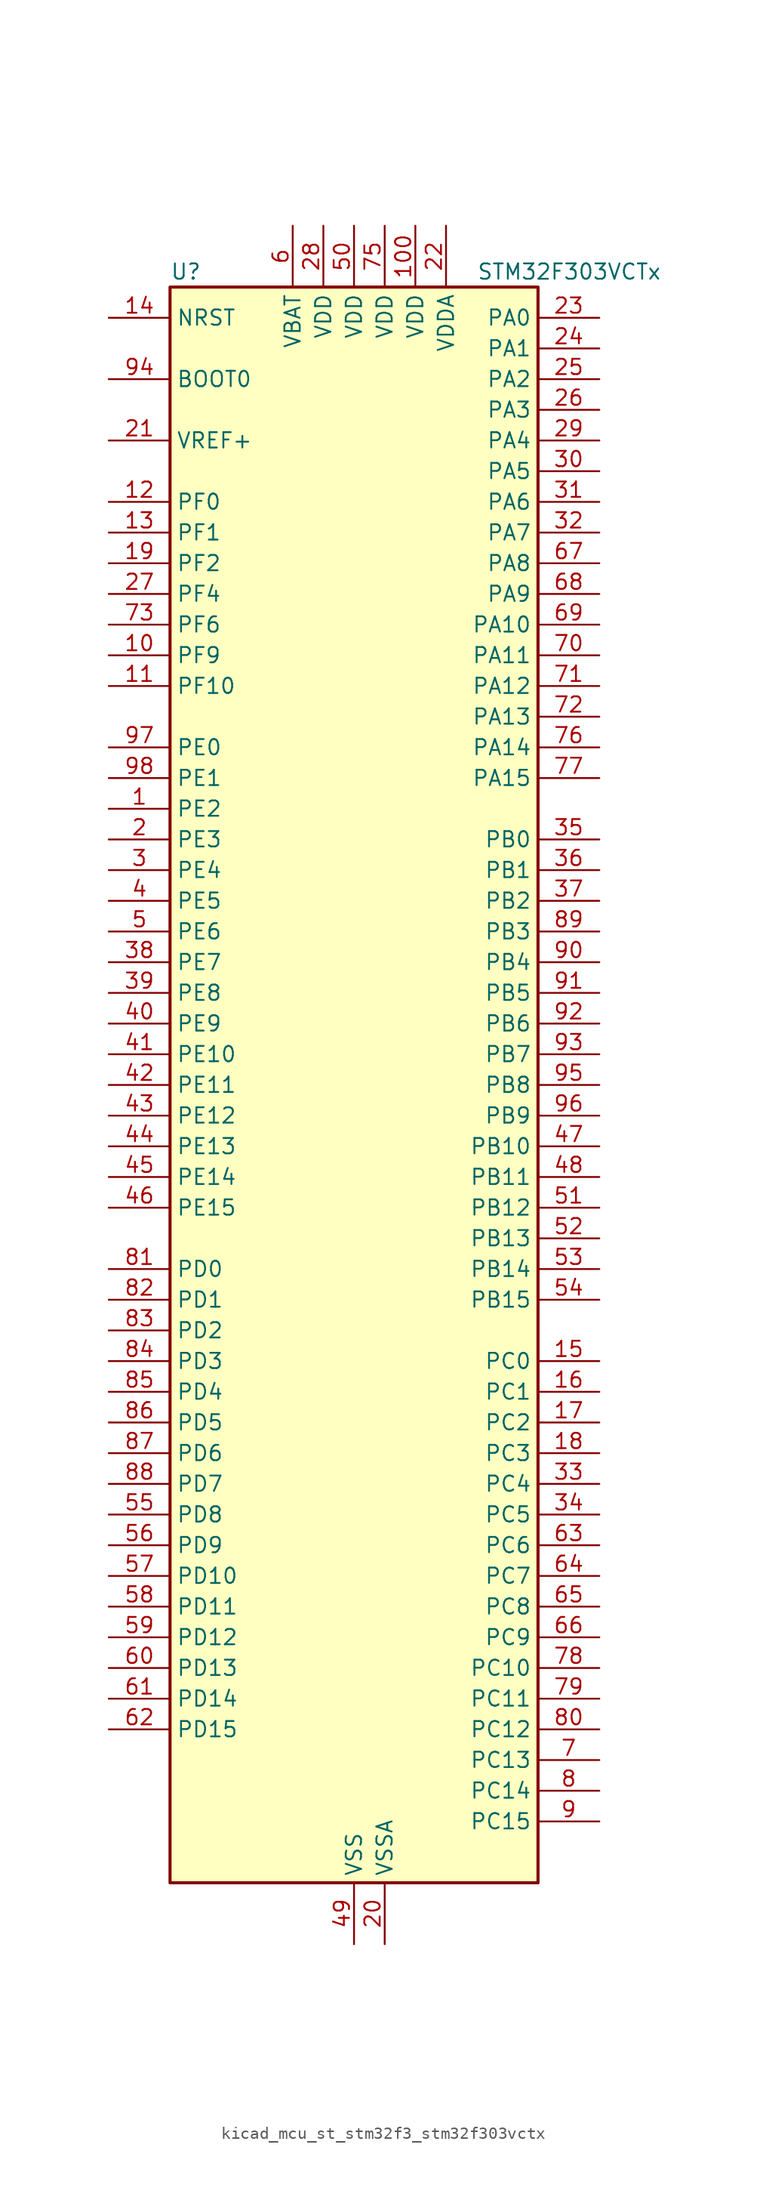
<source format=kicad_sym>
(kicad_symbol_lib
  (version 20220914)
  (generator kicad_symbol_editor)
  (symbol "kicad_mcu_st_stm32f3_stm32f303vctx"
    (property "Reference" "U"
      (at -15.24 67.31 0)
      (effects (font (size 1.27 1.27)) (justify left)))
    (property "Value" "STM32F303VCTx"
      (at 10.16 67.31 0)
      (effects (font (size 1.27 1.27)) (justify left)))
    (property "ki_locked" ""
      (at 0 0 0)
      (effects (font (size 1.27 1.27))))
    (symbol "kicad_mcu_st_stm32f3_stm32f303vctx_0_1"
      (rectangle (start -15.24 -66.04) (end 15.24 66.04) (stroke (width 0.254) (type default)) (fill (type background))))
    (symbol "kicad_mcu_st_stm32f3_stm32f303vctx_1_1"
      (pin bidirectional line (at -20.32 22.86 0) (length 5.08) (name "PE2" (effects (font (size 1.27 1.27)))) (number "1" (effects (font (size 1.27 1.27)))) (alternate "ADC3_EXTI2" bidirectional line) (alternate "ADC4_EXTI2" bidirectional line) (alternate "SYS_TRACECK" bidirectional line) (alternate "TIM3_CH1" bidirectional line) (alternate "TSC_G7_IO1" bidirectional line))
      (pin bidirectional line (at -20.32 35.56 0) (length 5.08) (name "PF9" (effects (font (size 1.27 1.27)))) (number "10" (effects (font (size 1.27 1.27)))) (alternate "DAC_EXTI9" bidirectional line) (alternate "SPI2_SCK" bidirectional line) (alternate "TIM15_CH1" bidirectional line))
      (pin power_in line (at 5.08 71.12 270) (length 5.08) (name "VDD" (effects (font (size 1.27 1.27)))) (number "100" (effects (font (size 1.27 1.27)))))
      (pin bidirectional line (at -20.32 33.02 0) (length 5.08) (name "PF10" (effects (font (size 1.27 1.27)))) (number "11" (effects (font (size 1.27 1.27)))) (alternate "SPI2_SCK" bidirectional line) (alternate "TIM15_CH2" bidirectional line))
      (pin bidirectional line (at -20.32 48.26 0) (length 5.08) (name "PF0" (effects (font (size 1.27 1.27)))) (number "12" (effects (font (size 1.27 1.27)))) (alternate "I2C2_SDA" bidirectional line) (alternate "RCC_OSC_IN" bidirectional line) (alternate "TIM1_CH3N" bidirectional line))
      (pin bidirectional line (at -20.32 45.72 0) (length 5.08) (name "PF1" (effects (font (size 1.27 1.27)))) (number "13" (effects (font (size 1.27 1.27)))) (alternate "I2C2_SCL" bidirectional line) (alternate "RCC_OSC_OUT" bidirectional line))
      (pin input line (at -20.32 63.5 0) (length 5.08) (name "NRST" (effects (font (size 1.27 1.27)))) (number "14" (effects (font (size 1.27 1.27)))))
      (pin bidirectional line (at 20.32 -22.86 180) (length 5.08) (name "PC0" (effects (font (size 1.27 1.27)))) (number "15" (effects (font (size 1.27 1.27)))) (alternate "ADC1_IN6" bidirectional line) (alternate "ADC2_IN6" bidirectional line) (alternate "COMP7_INM" bidirectional line))
      (pin bidirectional line (at 20.32 -25.4 180) (length 5.08) (name "PC1" (effects (font (size 1.27 1.27)))) (number "16" (effects (font (size 1.27 1.27)))) (alternate "ADC1_IN7" bidirectional line) (alternate "ADC2_IN7" bidirectional line) (alternate "COMP7_INP" bidirectional line))
      (pin bidirectional line (at 20.32 -27.94 180) (length 5.08) (name "PC2" (effects (font (size 1.27 1.27)))) (number "17" (effects (font (size 1.27 1.27)))) (alternate "ADC1_IN8" bidirectional line) (alternate "ADC2_IN8" bidirectional line) (alternate "ADC3_EXTI2" bidirectional line) (alternate "ADC4_EXTI2" bidirectional line) (alternate "COMP7_OUT" bidirectional line))
      (pin bidirectional line (at 20.32 -30.48 180) (length 5.08) (name "PC3" (effects (font (size 1.27 1.27)))) (number "18" (effects (font (size 1.27 1.27)))) (alternate "ADC1_IN9" bidirectional line) (alternate "ADC2_IN9" bidirectional line) (alternate "TIM1_BKIN2" bidirectional line))
      (pin bidirectional line (at -20.32 43.18 0) (length 5.08) (name "PF2" (effects (font (size 1.27 1.27)))) (number "19" (effects (font (size 1.27 1.27)))) (alternate "ADC1_IN10" bidirectional line) (alternate "ADC2_IN10" bidirectional line) (alternate "ADC3_EXTI2" bidirectional line) (alternate "ADC4_EXTI2" bidirectional line))
      (pin bidirectional line (at -20.32 20.32 0) (length 5.08) (name "PE3" (effects (font (size 1.27 1.27)))) (number "2" (effects (font (size 1.27 1.27)))) (alternate "SYS_TRACED0" bidirectional line) (alternate "TIM3_CH2" bidirectional line) (alternate "TSC_G7_IO2" bidirectional line))
      (pin power_in line (at 2.54 -71.12 90) (length 5.08) (name "VSSA" (effects (font (size 1.27 1.27)))) (number "20" (effects (font (size 1.27 1.27)))))
      (pin input line (at -20.32 53.34 0) (length 5.08) (name "VREF+" (effects (font (size 1.27 1.27)))) (number "21" (effects (font (size 1.27 1.27)))))
      (pin power_in line (at 7.62 71.12 270) (length 5.08) (name "VDDA" (effects (font (size 1.27 1.27)))) (number "22" (effects (font (size 1.27 1.27)))))
      (pin bidirectional line (at 20.32 63.5 180) (length 5.08) (name "PA0" (effects (font (size 1.27 1.27)))) (number "23" (effects (font (size 1.27 1.27)))) (alternate "ADC1_IN1" bidirectional line) (alternate "COMP1_INM" bidirectional line) (alternate "COMP1_OUT" bidirectional line) (alternate "COMP7_INP" bidirectional line) (alternate "RTC_TAMP2" bidirectional line) (alternate "SYS_WKUP1" bidirectional line) (alternate "TIM2_CH1" bidirectional line) (alternate "TIM2_ETR" bidirectional line) (alternate "TIM8_BKIN" bidirectional line) (alternate "TIM8_ETR" bidirectional line) (alternate "TSC_G1_IO1" bidirectional line) (alternate "USART2_CTS" bidirectional line))
      (pin bidirectional line (at 20.32 60.96 180) (length 5.08) (name "PA1" (effects (font (size 1.27 1.27)))) (number "24" (effects (font (size 1.27 1.27)))) (alternate "ADC1_IN2" bidirectional line) (alternate "COMP1_INP" bidirectional line) (alternate "OPAMP1_VINP" bidirectional line) (alternate "OPAMP1_VINP_SEC" bidirectional line) (alternate "OPAMP3_VINP" bidirectional line) (alternate "OPAMP3_VINP_SEC" bidirectional line) (alternate "RTC_REFIN" bidirectional line) (alternate "TIM15_CH1N" bidirectional line) (alternate "TIM2_CH2" bidirectional line) (alternate "TSC_G1_IO2" bidirectional line) (alternate "USART2_DE" bidirectional line) (alternate "USART2_RTS" bidirectional line))
      (pin bidirectional line (at 20.32 58.42 180) (length 5.08) (name "PA2" (effects (font (size 1.27 1.27)))) (number "25" (effects (font (size 1.27 1.27)))) (alternate "ADC1_IN3" bidirectional line) (alternate "ADC3_EXTI2" bidirectional line) (alternate "ADC4_EXTI2" bidirectional line) (alternate "COMP2_INM" bidirectional line) (alternate "COMP2_OUT" bidirectional line) (alternate "OPAMP1_VOUT" bidirectional line) (alternate "TIM15_CH1" bidirectional line) (alternate "TIM2_CH3" bidirectional line) (alternate "TSC_G1_IO3" bidirectional line) (alternate "USART2_TX" bidirectional line))
      (pin bidirectional line (at 20.32 55.88 180) (length 5.08) (name "PA3" (effects (font (size 1.27 1.27)))) (number "26" (effects (font (size 1.27 1.27)))) (alternate "ADC1_IN4" bidirectional line) (alternate "COMP2_INP" bidirectional line) (alternate "OPAMP1_VINM" bidirectional line) (alternate "OPAMP1_VINM_SEC" bidirectional line) (alternate "OPAMP1_VINP" bidirectional line) (alternate "OPAMP1_VINP_SEC" bidirectional line) (alternate "TIM15_CH2" bidirectional line) (alternate "TIM2_CH4" bidirectional line) (alternate "TSC_G1_IO4" bidirectional line) (alternate "USART2_RX" bidirectional line))
      (pin bidirectional line (at -20.32 40.64 0) (length 5.08) (name "PF4" (effects (font (size 1.27 1.27)))) (number "27" (effects (font (size 1.27 1.27)))) (alternate "ADC1_IN5" bidirectional line) (alternate "COMP1_OUT" bidirectional line))
      (pin power_in line (at -2.54 71.12 270) (length 5.08) (name "VDD" (effects (font (size 1.27 1.27)))) (number "28" (effects (font (size 1.27 1.27)))))
      (pin bidirectional line (at 20.32 53.34 180) (length 5.08) (name "PA4" (effects (font (size 1.27 1.27)))) (number "29" (effects (font (size 1.27 1.27)))) (alternate "ADC2_IN1" bidirectional line) (alternate "COMP1_INM" bidirectional line) (alternate "COMP2_INM" bidirectional line) (alternate "COMP3_INM" bidirectional line) (alternate "COMP4_INM" bidirectional line) (alternate "COMP5_INM" bidirectional line) (alternate "COMP6_INM" bidirectional line) (alternate "COMP7_INM" bidirectional line) (alternate "DAC_OUT1" bidirectional line) (alternate "I2S3_WS" bidirectional line) (alternate "OPAMP4_VINP" bidirectional line) (alternate "OPAMP4_VINP_SEC" bidirectional line) (alternate "SPI1_NSS" bidirectional line) (alternate "SPI3_NSS" bidirectional line) (alternate "TIM3_CH2" bidirectional line) (alternate "TSC_G2_IO1" bidirectional line) (alternate "USART2_CK" bidirectional line))
      (pin bidirectional line (at -20.32 17.78 0) (length 5.08) (name "PE4" (effects (font (size 1.27 1.27)))) (number "3" (effects (font (size 1.27 1.27)))) (alternate "SYS_TRACED1" bidirectional line) (alternate "TIM3_CH3" bidirectional line) (alternate "TSC_G7_IO3" bidirectional line))
      (pin bidirectional line (at 20.32 50.8 180) (length 5.08) (name "PA5" (effects (font (size 1.27 1.27)))) (number "30" (effects (font (size 1.27 1.27)))) (alternate "ADC2_IN2" bidirectional line) (alternate "COMP1_INM" bidirectional line) (alternate "COMP2_INM" bidirectional line) (alternate "COMP3_INM" bidirectional line) (alternate "COMP4_INM" bidirectional line) (alternate "COMP5_INM" bidirectional line) (alternate "COMP6_INM" bidirectional line) (alternate "COMP7_INM" bidirectional line) (alternate "DAC_OUT2" bidirectional line) (alternate "OPAMP1_VINP" bidirectional line) (alternate "OPAMP1_VINP_SEC" bidirectional line) (alternate "OPAMP2_VINM" bidirectional line) (alternate "OPAMP2_VINM_SEC" bidirectional line) (alternate "OPAMP3_VINP" bidirectional line) (alternate "OPAMP3_VINP_SEC" bidirectional line) (alternate "SPI1_SCK" bidirectional line) (alternate "TIM2_CH1" bidirectional line) (alternate "TIM2_ETR" bidirectional line) (alternate "TSC_G2_IO2" bidirectional line))
      (pin bidirectional line (at 20.32 48.26 180) (length 5.08) (name "PA6" (effects (font (size 1.27 1.27)))) (number "31" (effects (font (size 1.27 1.27)))) (alternate "ADC2_IN3" bidirectional line) (alternate "COMP1_OUT" bidirectional line) (alternate "OPAMP2_VOUT" bidirectional line) (alternate "SPI1_MISO" bidirectional line) (alternate "TIM16_CH1" bidirectional line) (alternate "TIM1_BKIN" bidirectional line) (alternate "TIM3_CH1" bidirectional line) (alternate "TIM8_BKIN" bidirectional line) (alternate "TSC_G2_IO3" bidirectional line))
      (pin bidirectional line (at 20.32 45.72 180) (length 5.08) (name "PA7" (effects (font (size 1.27 1.27)))) (number "32" (effects (font (size 1.27 1.27)))) (alternate "ADC2_IN4" bidirectional line) (alternate "COMP2_INP" bidirectional line) (alternate "COMP2_OUT" bidirectional line) (alternate "OPAMP1_VINP" bidirectional line) (alternate "OPAMP1_VINP_SEC" bidirectional line) (alternate "OPAMP2_VINP" bidirectional line) (alternate "OPAMP2_VINP_SEC" bidirectional line) (alternate "SPI1_MOSI" bidirectional line) (alternate "TIM17_CH1" bidirectional line) (alternate "TIM1_CH1N" bidirectional line) (alternate "TIM3_CH2" bidirectional line) (alternate "TIM8_CH1N" bidirectional line) (alternate "TSC_G2_IO4" bidirectional line))
      (pin bidirectional line (at 20.32 -33.02 180) (length 5.08) (name "PC4" (effects (font (size 1.27 1.27)))) (number "33" (effects (font (size 1.27 1.27)))) (alternate "ADC2_IN5" bidirectional line) (alternate "USART1_TX" bidirectional line))
      (pin bidirectional line (at 20.32 -35.56 180) (length 5.08) (name "PC5" (effects (font (size 1.27 1.27)))) (number "34" (effects (font (size 1.27 1.27)))) (alternate "ADC2_IN11" bidirectional line) (alternate "OPAMP1_VINM" bidirectional line) (alternate "OPAMP1_VINM_SEC" bidirectional line) (alternate "OPAMP2_VINM" bidirectional line) (alternate "OPAMP2_VINM_SEC" bidirectional line) (alternate "TSC_G3_IO1" bidirectional line) (alternate "USART1_RX" bidirectional line))
      (pin bidirectional line (at 20.32 20.32 180) (length 5.08) (name "PB0" (effects (font (size 1.27 1.27)))) (number "35" (effects (font (size 1.27 1.27)))) (alternate "ADC3_IN12" bidirectional line) (alternate "COMP4_INP" bidirectional line) (alternate "OPAMP2_VINP" bidirectional line) (alternate "OPAMP2_VINP_SEC" bidirectional line) (alternate "OPAMP3_VINP" bidirectional line) (alternate "OPAMP3_VINP_SEC" bidirectional line) (alternate "TIM1_CH2N" bidirectional line) (alternate "TIM3_CH3" bidirectional line) (alternate "TIM8_CH2N" bidirectional line) (alternate "TSC_G3_IO2" bidirectional line))
      (pin bidirectional line (at 20.32 17.78 180) (length 5.08) (name "PB1" (effects (font (size 1.27 1.27)))) (number "36" (effects (font (size 1.27 1.27)))) (alternate "ADC3_IN1" bidirectional line) (alternate "COMP4_OUT" bidirectional line) (alternate "OPAMP3_VOUT" bidirectional line) (alternate "TIM1_CH3N" bidirectional line) (alternate "TIM3_CH4" bidirectional line) (alternate "TIM8_CH3N" bidirectional line) (alternate "TSC_G3_IO3" bidirectional line))
      (pin bidirectional line (at 20.32 15.24 180) (length 5.08) (name "PB2" (effects (font (size 1.27 1.27)))) (number "37" (effects (font (size 1.27 1.27)))) (alternate "ADC2_IN12" bidirectional line) (alternate "ADC3_EXTI2" bidirectional line) (alternate "ADC4_EXTI2" bidirectional line) (alternate "COMP4_INM" bidirectional line) (alternate "OPAMP3_VINM" bidirectional line) (alternate "OPAMP3_VINM_SEC" bidirectional line) (alternate "TSC_G3_IO4" bidirectional line))
      (pin bidirectional line (at -20.32 10.16 0) (length 5.08) (name "PE7" (effects (font (size 1.27 1.27)))) (number "38" (effects (font (size 1.27 1.27)))) (alternate "ADC3_IN13" bidirectional line) (alternate "COMP4_INP" bidirectional line) (alternate "TIM1_ETR" bidirectional line))
      (pin bidirectional line (at -20.32 7.62 0) (length 5.08) (name "PE8" (effects (font (size 1.27 1.27)))) (number "39" (effects (font (size 1.27 1.27)))) (alternate "ADC3_IN6" bidirectional line) (alternate "ADC4_IN6" bidirectional line) (alternate "COMP4_INM" bidirectional line) (alternate "TIM1_CH1N" bidirectional line))
      (pin bidirectional line (at -20.32 15.24 0) (length 5.08) (name "PE5" (effects (font (size 1.27 1.27)))) (number "4" (effects (font (size 1.27 1.27)))) (alternate "SYS_TRACED2" bidirectional line) (alternate "TIM3_CH4" bidirectional line) (alternate "TSC_G7_IO4" bidirectional line))
      (pin bidirectional line (at -20.32 5.08 0) (length 5.08) (name "PE9" (effects (font (size 1.27 1.27)))) (number "40" (effects (font (size 1.27 1.27)))) (alternate "ADC3_IN2" bidirectional line) (alternate "DAC_EXTI9" bidirectional line) (alternate "TIM1_CH1" bidirectional line))
      (pin bidirectional line (at -20.32 2.54 0) (length 5.08) (name "PE10" (effects (font (size 1.27 1.27)))) (number "41" (effects (font (size 1.27 1.27)))) (alternate "ADC3_IN14" bidirectional line) (alternate "TIM1_CH2N" bidirectional line))
      (pin bidirectional line (at -20.32 0 0) (length 5.08) (name "PE11" (effects (font (size 1.27 1.27)))) (number "42" (effects (font (size 1.27 1.27)))) (alternate "ADC1_EXTI11" bidirectional line) (alternate "ADC2_EXTI11" bidirectional line) (alternate "ADC3_IN15" bidirectional line) (alternate "TIM1_CH2" bidirectional line))
      (pin bidirectional line (at -20.32 -2.54 0) (length 5.08) (name "PE12" (effects (font (size 1.27 1.27)))) (number "43" (effects (font (size 1.27 1.27)))) (alternate "ADC3_IN16" bidirectional line) (alternate "TIM1_CH3N" bidirectional line))
      (pin bidirectional line (at -20.32 -5.08 0) (length 5.08) (name "PE13" (effects (font (size 1.27 1.27)))) (number "44" (effects (font (size 1.27 1.27)))) (alternate "ADC3_IN3" bidirectional line) (alternate "TIM1_CH3" bidirectional line))
      (pin bidirectional line (at -20.32 -7.62 0) (length 5.08) (name "PE14" (effects (font (size 1.27 1.27)))) (number "45" (effects (font (size 1.27 1.27)))) (alternate "ADC4_IN1" bidirectional line) (alternate "TIM1_BKIN2" bidirectional line) (alternate "TIM1_CH4" bidirectional line))
      (pin bidirectional line (at -20.32 -10.16 0) (length 5.08) (name "PE15" (effects (font (size 1.27 1.27)))) (number "46" (effects (font (size 1.27 1.27)))) (alternate "ADC1_EXTI15" bidirectional line) (alternate "ADC2_EXTI15" bidirectional line) (alternate "ADC4_IN2" bidirectional line) (alternate "TIM1_BKIN" bidirectional line) (alternate "USART3_RX" bidirectional line))
      (pin bidirectional line (at 20.32 -5.08 180) (length 5.08) (name "PB10" (effects (font (size 1.27 1.27)))) (number "47" (effects (font (size 1.27 1.27)))) (alternate "COMP5_INM" bidirectional line) (alternate "OPAMP3_VINM" bidirectional line) (alternate "OPAMP3_VINM_SEC" bidirectional line) (alternate "OPAMP4_VINM" bidirectional line) (alternate "OPAMP4_VINM_SEC" bidirectional line) (alternate "TIM2_CH3" bidirectional line) (alternate "TSC_SYNC" bidirectional line) (alternate "USART3_TX" bidirectional line))
      (pin bidirectional line (at 20.32 -7.62 180) (length 5.08) (name "PB11" (effects (font (size 1.27 1.27)))) (number "48" (effects (font (size 1.27 1.27)))) (alternate "ADC1_EXTI11" bidirectional line) (alternate "ADC2_EXTI11" bidirectional line) (alternate "COMP6_INP" bidirectional line) (alternate "OPAMP4_VINP" bidirectional line) (alternate "OPAMP4_VINP_SEC" bidirectional line) (alternate "TIM2_CH4" bidirectional line) (alternate "TSC_G6_IO1" bidirectional line) (alternate "USART3_RX" bidirectional line))
      (pin power_in line (at 0 -71.12 90) (length 5.08) (name "VSS" (effects (font (size 1.27 1.27)))) (number "49" (effects (font (size 1.27 1.27)))))
      (pin bidirectional line (at -20.32 12.7 0) (length 5.08) (name "PE6" (effects (font (size 1.27 1.27)))) (number "5" (effects (font (size 1.27 1.27)))) (alternate "RTC_TAMP3" bidirectional line) (alternate "SYS_TRACED3" bidirectional line) (alternate "SYS_WKUP3" bidirectional line))
      (pin power_in line (at 0 71.12 270) (length 5.08) (name "VDD" (effects (font (size 1.27 1.27)))) (number "50" (effects (font (size 1.27 1.27)))))
      (pin bidirectional line (at 20.32 -10.16 180) (length 5.08) (name "PB12" (effects (font (size 1.27 1.27)))) (number "51" (effects (font (size 1.27 1.27)))) (alternate "ADC4_IN3" bidirectional line) (alternate "COMP3_INM" bidirectional line) (alternate "I2C2_SMBA" bidirectional line) (alternate "I2S2_WS" bidirectional line) (alternate "OPAMP4_VOUT" bidirectional line) (alternate "SPI2_NSS" bidirectional line) (alternate "TIM1_BKIN" bidirectional line) (alternate "TSC_G6_IO2" bidirectional line) (alternate "USART3_CK" bidirectional line))
      (pin bidirectional line (at 20.32 -12.7 180) (length 5.08) (name "PB13" (effects (font (size 1.27 1.27)))) (number "52" (effects (font (size 1.27 1.27)))) (alternate "ADC3_IN5" bidirectional line) (alternate "COMP5_INP" bidirectional line) (alternate "I2S2_CK" bidirectional line) (alternate "OPAMP3_VINP" bidirectional line) (alternate "OPAMP3_VINP_SEC" bidirectional line) (alternate "OPAMP4_VINP" bidirectional line) (alternate "OPAMP4_VINP_SEC" bidirectional line) (alternate "SPI2_SCK" bidirectional line) (alternate "TIM1_CH1N" bidirectional line) (alternate "TSC_G6_IO3" bidirectional line) (alternate "USART3_CTS" bidirectional line))
      (pin bidirectional line (at 20.32 -15.24 180) (length 5.08) (name "PB14" (effects (font (size 1.27 1.27)))) (number "53" (effects (font (size 1.27 1.27)))) (alternate "ADC4_IN4" bidirectional line) (alternate "COMP3_INP" bidirectional line) (alternate "I2S2_ext_SD" bidirectional line) (alternate "OPAMP2_VINP" bidirectional line) (alternate "OPAMP2_VINP_SEC" bidirectional line) (alternate "SPI2_MISO" bidirectional line) (alternate "TIM15_CH1" bidirectional line) (alternate "TIM1_CH2N" bidirectional line) (alternate "TSC_G6_IO4" bidirectional line) (alternate "USART3_DE" bidirectional line) (alternate "USART3_RTS" bidirectional line))
      (pin bidirectional line (at 20.32 -17.78 180) (length 5.08) (name "PB15" (effects (font (size 1.27 1.27)))) (number "54" (effects (font (size 1.27 1.27)))) (alternate "ADC1_EXTI15" bidirectional line) (alternate "ADC2_EXTI15" bidirectional line) (alternate "ADC4_IN5" bidirectional line) (alternate "COMP6_INM" bidirectional line) (alternate "I2S2_SD" bidirectional line) (alternate "RTC_REFIN" bidirectional line) (alternate "SPI2_MOSI" bidirectional line) (alternate "TIM15_CH1N" bidirectional line) (alternate "TIM15_CH2" bidirectional line) (alternate "TIM1_CH3N" bidirectional line))
      (pin bidirectional line (at -20.32 -35.56 0) (length 5.08) (name "PD8" (effects (font (size 1.27 1.27)))) (number "55" (effects (font (size 1.27 1.27)))) (alternate "ADC4_IN12" bidirectional line) (alternate "OPAMP4_VINM" bidirectional line) (alternate "OPAMP4_VINM_SEC" bidirectional line) (alternate "USART3_TX" bidirectional line))
      (pin bidirectional line (at -20.32 -38.1 0) (length 5.08) (name "PD9" (effects (font (size 1.27 1.27)))) (number "56" (effects (font (size 1.27 1.27)))) (alternate "ADC4_IN13" bidirectional line) (alternate "DAC_EXTI9" bidirectional line) (alternate "USART3_RX" bidirectional line))
      (pin bidirectional line (at -20.32 -40.64 0) (length 5.08) (name "PD10" (effects (font (size 1.27 1.27)))) (number "57" (effects (font (size 1.27 1.27)))) (alternate "ADC3_IN7" bidirectional line) (alternate "ADC4_IN7" bidirectional line) (alternate "COMP6_INM" bidirectional line) (alternate "USART3_CK" bidirectional line))
      (pin bidirectional line (at -20.32 -43.18 0) (length 5.08) (name "PD11" (effects (font (size 1.27 1.27)))) (number "58" (effects (font (size 1.27 1.27)))) (alternate "ADC1_EXTI11" bidirectional line) (alternate "ADC2_EXTI11" bidirectional line) (alternate "ADC3_IN8" bidirectional line) (alternate "ADC4_IN8" bidirectional line) (alternate "COMP6_INP" bidirectional line) (alternate "OPAMP4_VINP" bidirectional line) (alternate "OPAMP4_VINP_SEC" bidirectional line) (alternate "USART3_CTS" bidirectional line))
      (pin bidirectional line (at -20.32 -45.72 0) (length 5.08) (name "PD12" (effects (font (size 1.27 1.27)))) (number "59" (effects (font (size 1.27 1.27)))) (alternate "ADC3_IN9" bidirectional line) (alternate "ADC4_IN9" bidirectional line) (alternate "COMP5_INP" bidirectional line) (alternate "TIM4_CH1" bidirectional line) (alternate "TSC_G8_IO1" bidirectional line) (alternate "USART3_DE" bidirectional line) (alternate "USART3_RTS" bidirectional line))
      (pin power_in line (at -5.08 71.12 270) (length 5.08) (name "VBAT" (effects (font (size 1.27 1.27)))) (number "6" (effects (font (size 1.27 1.27)))))
      (pin bidirectional line (at -20.32 -48.26 0) (length 5.08) (name "PD13" (effects (font (size 1.27 1.27)))) (number "60" (effects (font (size 1.27 1.27)))) (alternate "ADC3_IN10" bidirectional line) (alternate "ADC4_IN10" bidirectional line) (alternate "COMP5_INM" bidirectional line) (alternate "TIM4_CH2" bidirectional line) (alternate "TSC_G8_IO2" bidirectional line))
      (pin bidirectional line (at -20.32 -50.8 0) (length 5.08) (name "PD14" (effects (font (size 1.27 1.27)))) (number "61" (effects (font (size 1.27 1.27)))) (alternate "ADC3_IN11" bidirectional line) (alternate "ADC4_IN11" bidirectional line) (alternate "COMP3_INP" bidirectional line) (alternate "OPAMP2_VINP" bidirectional line) (alternate "OPAMP2_VINP_SEC" bidirectional line) (alternate "TIM4_CH3" bidirectional line) (alternate "TSC_G8_IO3" bidirectional line))
      (pin bidirectional line (at -20.32 -53.34 0) (length 5.08) (name "PD15" (effects (font (size 1.27 1.27)))) (number "62" (effects (font (size 1.27 1.27)))) (alternate "ADC1_EXTI15" bidirectional line) (alternate "ADC2_EXTI15" bidirectional line) (alternate "COMP3_INM" bidirectional line) (alternate "SPI2_NSS" bidirectional line) (alternate "TIM4_CH4" bidirectional line) (alternate "TSC_G8_IO4" bidirectional line))
      (pin bidirectional line (at 20.32 -38.1 180) (length 5.08) (name "PC6" (effects (font (size 1.27 1.27)))) (number "63" (effects (font (size 1.27 1.27)))) (alternate "COMP6_OUT" bidirectional line) (alternate "I2S2_MCK" bidirectional line) (alternate "TIM3_CH1" bidirectional line) (alternate "TIM8_CH1" bidirectional line))
      (pin bidirectional line (at 20.32 -40.64 180) (length 5.08) (name "PC7" (effects (font (size 1.27 1.27)))) (number "64" (effects (font (size 1.27 1.27)))) (alternate "COMP5_OUT" bidirectional line) (alternate "I2S3_MCK" bidirectional line) (alternate "TIM3_CH2" bidirectional line) (alternate "TIM8_CH2" bidirectional line))
      (pin bidirectional line (at 20.32 -43.18 180) (length 5.08) (name "PC8" (effects (font (size 1.27 1.27)))) (number "65" (effects (font (size 1.27 1.27)))) (alternate "COMP3_OUT" bidirectional line) (alternate "TIM3_CH3" bidirectional line) (alternate "TIM8_CH3" bidirectional line))
      (pin bidirectional line (at 20.32 -45.72 180) (length 5.08) (name "PC9" (effects (font (size 1.27 1.27)))) (number "66" (effects (font (size 1.27 1.27)))) (alternate "DAC_EXTI9" bidirectional line) (alternate "I2S_CKIN" bidirectional line) (alternate "TIM3_CH4" bidirectional line) (alternate "TIM8_BKIN2" bidirectional line) (alternate "TIM8_CH4" bidirectional line))
      (pin bidirectional line (at 20.32 43.18 180) (length 5.08) (name "PA8" (effects (font (size 1.27 1.27)))) (number "67" (effects (font (size 1.27 1.27)))) (alternate "COMP3_OUT" bidirectional line) (alternate "I2C2_SMBA" bidirectional line) (alternate "I2S2_MCK" bidirectional line) (alternate "RCC_MCO" bidirectional line) (alternate "TIM1_CH1" bidirectional line) (alternate "TIM4_ETR" bidirectional line) (alternate "USART1_CK" bidirectional line))
      (pin bidirectional line (at 20.32 40.64 180) (length 5.08) (name "PA9" (effects (font (size 1.27 1.27)))) (number "68" (effects (font (size 1.27 1.27)))) (alternate "COMP5_OUT" bidirectional line) (alternate "DAC_EXTI9" bidirectional line) (alternate "I2C2_SCL" bidirectional line) (alternate "I2S3_MCK" bidirectional line) (alternate "TIM15_BKIN" bidirectional line) (alternate "TIM1_CH2" bidirectional line) (alternate "TIM2_CH3" bidirectional line) (alternate "TSC_G4_IO1" bidirectional line) (alternate "USART1_TX" bidirectional line))
      (pin bidirectional line (at 20.32 38.1 180) (length 5.08) (name "PA10" (effects (font (size 1.27 1.27)))) (number "69" (effects (font (size 1.27 1.27)))) (alternate "COMP6_OUT" bidirectional line) (alternate "I2C2_SDA" bidirectional line) (alternate "TIM17_BKIN" bidirectional line) (alternate "TIM1_CH3" bidirectional line) (alternate "TIM2_CH4" bidirectional line) (alternate "TIM8_BKIN" bidirectional line) (alternate "TSC_G4_IO2" bidirectional line) (alternate "USART1_RX" bidirectional line))
      (pin bidirectional line (at 20.32 -55.88 180) (length 5.08) (name "PC13" (effects (font (size 1.27 1.27)))) (number "7" (effects (font (size 1.27 1.27)))) (alternate "RTC_OUT_ALARM" bidirectional line) (alternate "RTC_OUT_CALIB" bidirectional line) (alternate "RTC_TAMP1" bidirectional line) (alternate "RTC_TS" bidirectional line) (alternate "SYS_WKUP2" bidirectional line) (alternate "TIM1_CH1N" bidirectional line))
      (pin bidirectional line (at 20.32 35.56 180) (length 5.08) (name "PA11" (effects (font (size 1.27 1.27)))) (number "70" (effects (font (size 1.27 1.27)))) (alternate "ADC1_EXTI11" bidirectional line) (alternate "ADC2_EXTI11" bidirectional line) (alternate "CAN_RX" bidirectional line) (alternate "COMP1_OUT" bidirectional line) (alternate "TIM1_BKIN2" bidirectional line) (alternate "TIM1_CH1N" bidirectional line) (alternate "TIM1_CH4" bidirectional line) (alternate "TIM4_CH1" bidirectional line) (alternate "USART1_CTS" bidirectional line) (alternate "USB_DM" bidirectional line))
      (pin bidirectional line (at 20.32 33.02 180) (length 5.08) (name "PA12" (effects (font (size 1.27 1.27)))) (number "71" (effects (font (size 1.27 1.27)))) (alternate "CAN_TX" bidirectional line) (alternate "COMP2_OUT" bidirectional line) (alternate "TIM16_CH1" bidirectional line) (alternate "TIM1_CH2N" bidirectional line) (alternate "TIM1_ETR" bidirectional line) (alternate "TIM4_CH2" bidirectional line) (alternate "USART1_DE" bidirectional line) (alternate "USART1_RTS" bidirectional line) (alternate "USB_DP" bidirectional line))
      (pin bidirectional line (at 20.32 30.48 180) (length 5.08) (name "PA13" (effects (font (size 1.27 1.27)))) (number "72" (effects (font (size 1.27 1.27)))) (alternate "IR_OUT" bidirectional line) (alternate "SYS_JTMS-SWDIO" bidirectional line) (alternate "TIM16_CH1N" bidirectional line) (alternate "TIM4_CH3" bidirectional line) (alternate "TSC_G4_IO3" bidirectional line) (alternate "USART3_CTS" bidirectional line))
      (pin bidirectional line (at -20.32 38.1 0) (length 5.08) (name "PF6" (effects (font (size 1.27 1.27)))) (number "73" (effects (font (size 1.27 1.27)))) (alternate "I2C2_SCL" bidirectional line) (alternate "TIM4_CH4" bidirectional line) (alternate "USART3_DE" bidirectional line) (alternate "USART3_RTS" bidirectional line))
      (pin passive line (at 0 -71.12 90) (length 5.08) hide (name "VSS" (effects (font (size 1.27 1.27)))) (number "74" (effects (font (size 1.27 1.27)))))
      (pin power_in line (at 2.54 71.12 270) (length 5.08) (name "VDD" (effects (font (size 1.27 1.27)))) (number "75" (effects (font (size 1.27 1.27)))))
      (pin bidirectional line (at 20.32 27.94 180) (length 5.08) (name "PA14" (effects (font (size 1.27 1.27)))) (number "76" (effects (font (size 1.27 1.27)))) (alternate "I2C1_SDA" bidirectional line) (alternate "SYS_JTCK-SWCLK" bidirectional line) (alternate "TIM1_BKIN" bidirectional line) (alternate "TIM8_CH2" bidirectional line) (alternate "TSC_G4_IO4" bidirectional line) (alternate "USART2_TX" bidirectional line))
      (pin bidirectional line (at 20.32 25.4 180) (length 5.08) (name "PA15" (effects (font (size 1.27 1.27)))) (number "77" (effects (font (size 1.27 1.27)))) (alternate "ADC1_EXTI15" bidirectional line) (alternate "ADC2_EXTI15" bidirectional line) (alternate "I2C1_SCL" bidirectional line) (alternate "I2S3_WS" bidirectional line) (alternate "SPI1_NSS" bidirectional line) (alternate "SPI3_NSS" bidirectional line) (alternate "SYS_JTDI" bidirectional line) (alternate "TIM1_BKIN" bidirectional line) (alternate "TIM2_CH1" bidirectional line) (alternate "TIM2_ETR" bidirectional line) (alternate "TIM8_CH1" bidirectional line) (alternate "USART2_RX" bidirectional line))
      (pin bidirectional line (at 20.32 -48.26 180) (length 5.08) (name "PC10" (effects (font (size 1.27 1.27)))) (number "78" (effects (font (size 1.27 1.27)))) (alternate "I2S3_CK" bidirectional line) (alternate "SPI3_SCK" bidirectional line) (alternate "TIM8_CH1N" bidirectional line) (alternate "UART4_TX" bidirectional line) (alternate "USART3_TX" bidirectional line))
      (pin bidirectional line (at 20.32 -50.8 180) (length 5.08) (name "PC11" (effects (font (size 1.27 1.27)))) (number "79" (effects (font (size 1.27 1.27)))) (alternate "ADC1_EXTI11" bidirectional line) (alternate "ADC2_EXTI11" bidirectional line) (alternate "I2S3_ext_SD" bidirectional line) (alternate "SPI3_MISO" bidirectional line) (alternate "TIM8_CH2N" bidirectional line) (alternate "UART4_RX" bidirectional line) (alternate "USART3_RX" bidirectional line))
      (pin bidirectional line (at 20.32 -58.42 180) (length 5.08) (name "PC14" (effects (font (size 1.27 1.27)))) (number "8" (effects (font (size 1.27 1.27)))) (alternate "RCC_OSC32_IN" bidirectional line))
      (pin bidirectional line (at 20.32 -53.34 180) (length 5.08) (name "PC12" (effects (font (size 1.27 1.27)))) (number "80" (effects (font (size 1.27 1.27)))) (alternate "I2S3_SD" bidirectional line) (alternate "SPI3_MOSI" bidirectional line) (alternate "TIM8_CH3N" bidirectional line) (alternate "UART5_TX" bidirectional line) (alternate "USART3_CK" bidirectional line))
      (pin bidirectional line (at -20.32 -15.24 0) (length 5.08) (name "PD0" (effects (font (size 1.27 1.27)))) (number "81" (effects (font (size 1.27 1.27)))) (alternate "CAN_RX" bidirectional line))
      (pin bidirectional line (at -20.32 -17.78 0) (length 5.08) (name "PD1" (effects (font (size 1.27 1.27)))) (number "82" (effects (font (size 1.27 1.27)))) (alternate "CAN_TX" bidirectional line) (alternate "TIM8_BKIN2" bidirectional line) (alternate "TIM8_CH4" bidirectional line))
      (pin bidirectional line (at -20.32 -20.32 0) (length 5.08) (name "PD2" (effects (font (size 1.27 1.27)))) (number "83" (effects (font (size 1.27 1.27)))) (alternate "ADC3_EXTI2" bidirectional line) (alternate "ADC4_EXTI2" bidirectional line) (alternate "TIM3_ETR" bidirectional line) (alternate "TIM8_BKIN" bidirectional line) (alternate "UART5_RX" bidirectional line))
      (pin bidirectional line (at -20.32 -22.86 0) (length 5.08) (name "PD3" (effects (font (size 1.27 1.27)))) (number "84" (effects (font (size 1.27 1.27)))) (alternate "TIM2_CH1" bidirectional line) (alternate "TIM2_ETR" bidirectional line) (alternate "USART2_CTS" bidirectional line))
      (pin bidirectional line (at -20.32 -25.4 0) (length 5.08) (name "PD4" (effects (font (size 1.27 1.27)))) (number "85" (effects (font (size 1.27 1.27)))) (alternate "TIM2_CH2" bidirectional line) (alternate "USART2_DE" bidirectional line) (alternate "USART2_RTS" bidirectional line))
      (pin bidirectional line (at -20.32 -27.94 0) (length 5.08) (name "PD5" (effects (font (size 1.27 1.27)))) (number "86" (effects (font (size 1.27 1.27)))) (alternate "USART2_TX" bidirectional line))
      (pin bidirectional line (at -20.32 -30.48 0) (length 5.08) (name "PD6" (effects (font (size 1.27 1.27)))) (number "87" (effects (font (size 1.27 1.27)))) (alternate "TIM2_CH4" bidirectional line) (alternate "USART2_RX" bidirectional line))
      (pin bidirectional line (at -20.32 -33.02 0) (length 5.08) (name "PD7" (effects (font (size 1.27 1.27)))) (number "88" (effects (font (size 1.27 1.27)))) (alternate "TIM2_CH3" bidirectional line) (alternate "USART2_CK" bidirectional line))
      (pin bidirectional line (at 20.32 12.7 180) (length 5.08) (name "PB3" (effects (font (size 1.27 1.27)))) (number "89" (effects (font (size 1.27 1.27)))) (alternate "I2S3_CK" bidirectional line) (alternate "SPI1_SCK" bidirectional line) (alternate "SPI3_SCK" bidirectional line) (alternate "SYS_JTDO-TRACESWO" bidirectional line) (alternate "TIM2_CH2" bidirectional line) (alternate "TIM3_ETR" bidirectional line) (alternate "TIM4_ETR" bidirectional line) (alternate "TIM8_CH1N" bidirectional line) (alternate "TSC_G5_IO1" bidirectional line) (alternate "USART2_TX" bidirectional line))
      (pin bidirectional line (at 20.32 -60.96 180) (length 5.08) (name "PC15" (effects (font (size 1.27 1.27)))) (number "9" (effects (font (size 1.27 1.27)))) (alternate "ADC1_EXTI15" bidirectional line) (alternate "ADC2_EXTI15" bidirectional line) (alternate "RCC_OSC32_OUT" bidirectional line))
      (pin bidirectional line (at 20.32 10.16 180) (length 5.08) (name "PB4" (effects (font (size 1.27 1.27)))) (number "90" (effects (font (size 1.27 1.27)))) (alternate "I2S3_ext_SD" bidirectional line) (alternate "SPI1_MISO" bidirectional line) (alternate "SPI3_MISO" bidirectional line) (alternate "SYS_NJTRST" bidirectional line) (alternate "TIM16_CH1" bidirectional line) (alternate "TIM17_BKIN" bidirectional line) (alternate "TIM3_CH1" bidirectional line) (alternate "TIM8_CH2N" bidirectional line) (alternate "TSC_G5_IO2" bidirectional line) (alternate "USART2_RX" bidirectional line))
      (pin bidirectional line (at 20.32 7.62 180) (length 5.08) (name "PB5" (effects (font (size 1.27 1.27)))) (number "91" (effects (font (size 1.27 1.27)))) (alternate "I2C1_SMBA" bidirectional line) (alternate "I2S3_SD" bidirectional line) (alternate "SPI1_MOSI" bidirectional line) (alternate "SPI3_MOSI" bidirectional line) (alternate "TIM16_BKIN" bidirectional line) (alternate "TIM17_CH1" bidirectional line) (alternate "TIM3_CH2" bidirectional line) (alternate "TIM8_CH3N" bidirectional line) (alternate "USART2_CK" bidirectional line))
      (pin bidirectional line (at 20.32 5.08 180) (length 5.08) (name "PB6" (effects (font (size 1.27 1.27)))) (number "92" (effects (font (size 1.27 1.27)))) (alternate "I2C1_SCL" bidirectional line) (alternate "TIM16_CH1N" bidirectional line) (alternate "TIM4_CH1" bidirectional line) (alternate "TIM8_BKIN2" bidirectional line) (alternate "TIM8_CH1" bidirectional line) (alternate "TIM8_ETR" bidirectional line) (alternate "TSC_G5_IO3" bidirectional line) (alternate "USART1_TX" bidirectional line))
      (pin bidirectional line (at 20.32 2.54 180) (length 5.08) (name "PB7" (effects (font (size 1.27 1.27)))) (number "93" (effects (font (size 1.27 1.27)))) (alternate "I2C1_SDA" bidirectional line) (alternate "TIM17_CH1N" bidirectional line) (alternate "TIM3_CH4" bidirectional line) (alternate "TIM4_CH2" bidirectional line) (alternate "TIM8_BKIN" bidirectional line) (alternate "TSC_G5_IO4" bidirectional line) (alternate "USART1_RX" bidirectional line))
      (pin input line (at -20.32 58.42 0) (length 5.08) (name "BOOT0" (effects (font (size 1.27 1.27)))) (number "94" (effects (font (size 1.27 1.27)))))
      (pin bidirectional line (at 20.32 0 180) (length 5.08) (name "PB8" (effects (font (size 1.27 1.27)))) (number "95" (effects (font (size 1.27 1.27)))) (alternate "CAN_RX" bidirectional line) (alternate "COMP1_OUT" bidirectional line) (alternate "I2C1_SCL" bidirectional line) (alternate "TIM16_CH1" bidirectional line) (alternate "TIM1_BKIN" bidirectional line) (alternate "TIM4_CH3" bidirectional line) (alternate "TIM8_CH2" bidirectional line) (alternate "TSC_SYNC" bidirectional line))
      (pin bidirectional line (at 20.32 -2.54 180) (length 5.08) (name "PB9" (effects (font (size 1.27 1.27)))) (number "96" (effects (font (size 1.27 1.27)))) (alternate "CAN_TX" bidirectional line) (alternate "COMP2_OUT" bidirectional line) (alternate "DAC_EXTI9" bidirectional line) (alternate "I2C1_SDA" bidirectional line) (alternate "IR_OUT" bidirectional line) (alternate "TIM17_CH1" bidirectional line) (alternate "TIM4_CH4" bidirectional line) (alternate "TIM8_CH3" bidirectional line))
      (pin bidirectional line (at -20.32 27.94 0) (length 5.08) (name "PE0" (effects (font (size 1.27 1.27)))) (number "97" (effects (font (size 1.27 1.27)))) (alternate "TIM16_CH1" bidirectional line) (alternate "TIM4_ETR" bidirectional line) (alternate "USART1_TX" bidirectional line))
      (pin bidirectional line (at -20.32 25.4 0) (length 5.08) (name "PE1" (effects (font (size 1.27 1.27)))) (number "98" (effects (font (size 1.27 1.27)))) (alternate "TIM17_CH1" bidirectional line) (alternate "USART1_RX" bidirectional line))
      (pin passive line (at 0 -71.12 90) (length 5.08) hide (name "VSS" (effects (font (size 1.27 1.27)))) (number "99" (effects (font (size 1.27 1.27))))))))
</source>
